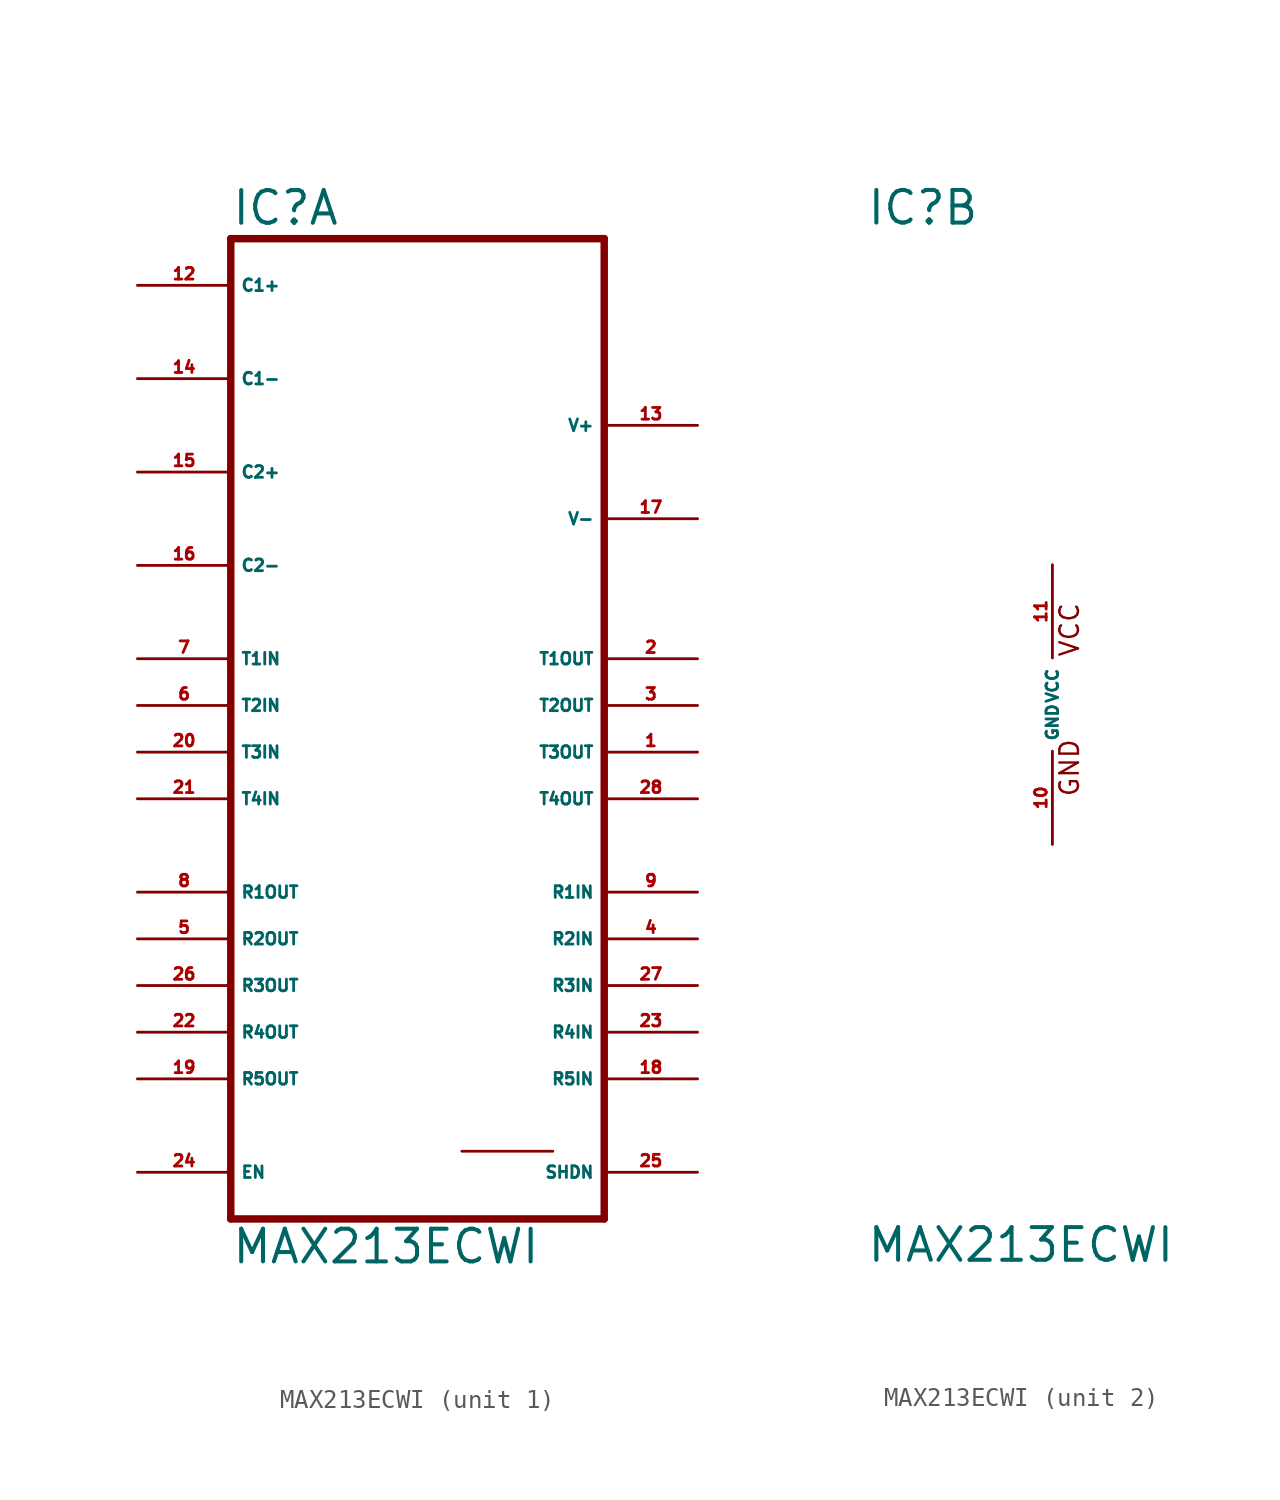
<source format=kicad_sym>
(kicad_symbol_lib
  (version 20220914)
  (generator Eagle2Kicad)
  (symbol "MAX213ECWI"
    (property "Reference" "IC"
      (at -10.16 26.035 0)
      (effects (font (size 1.778 1.778) (thickness 0.22)) (justify left bottom)))
    (property "Value" "MAX213ECWI"
      (at -10.16 -30.48 0)
      (effects (font (size 1.778 1.778) (thickness 0.22)) (justify left bottom)))
    (symbol "MAX213ECWI_1_0"
      (polyline (pts (xy -10.16 25.4) (xy 10.16 25.4)) (stroke (width 0.406) (type default)) (fill (type none)))
      (polyline (pts (xy 10.16 -27.94) (xy 10.16 25.4)) (stroke (width 0.406) (type default)) (fill (type none)))
      (polyline (pts (xy 10.16 -27.94) (xy -10.16 -27.94)) (stroke (width 0.406) (type default)) (fill (type none)))
      (polyline (pts (xy -10.16 25.4) (xy -10.16 -27.94)) (stroke (width 0.406) (type default)) (fill (type none)))
      (polyline (pts (xy 2.413 -24.257) (xy 7.366 -24.257)) (stroke (width 0.152) (type default)) (fill (type none)))
      (pin output line (at -15.24 -17.78 0) (length 5.08) (name "R4OUT" (effects (font (size 0.635 0.635) (thickness 0.08)) (justify left bottom))) (number "22" (effects (font (size 0.635 0.635) (thickness 0.08)) (justify left bottom))))
      (pin passive line (at -15.24 17.78 0) (length 5.08) (name "C1-" (effects (font (size 0.635 0.635) (thickness 0.08)) (justify left bottom))) (number "14" (effects (font (size 0.635 0.635) (thickness 0.08)) (justify left bottom))))
      (pin output line (at -15.24 -10.16 0) (length 5.08) (name "R1OUT" (effects (font (size 0.635 0.635) (thickness 0.08)) (justify left bottom))) (number "8" (effects (font (size 0.635 0.635) (thickness 0.08)) (justify left bottom))))
      (pin output line (at -15.24 -12.7 0) (length 5.08) (name "R2OUT" (effects (font (size 0.635 0.635) (thickness 0.08)) (justify left bottom))) (number "5" (effects (font (size 0.635 0.635) (thickness 0.08)) (justify left bottom))))
      (pin input line (at -15.24 2.54 0) (length 5.08) (name "T1IN" (effects (font (size 0.635 0.635) (thickness 0.08)) (justify left bottom))) (number "7" (effects (font (size 0.635 0.635) (thickness 0.08)) (justify left bottom))))
      (pin input line (at -15.24 0 0) (length 5.08) (name "T2IN" (effects (font (size 0.635 0.635) (thickness 0.08)) (justify left bottom))) (number "6" (effects (font (size 0.635 0.635) (thickness 0.08)) (justify left bottom))))
      (pin input line (at -15.24 -2.54 0) (length 5.08) (name "T3IN" (effects (font (size 0.635 0.635) (thickness 0.08)) (justify left bottom))) (number "20" (effects (font (size 0.635 0.635) (thickness 0.08)) (justify left bottom))))
      (pin output line (at -15.24 -20.32 0) (length 5.08) (name "R5OUT" (effects (font (size 0.635 0.635) (thickness 0.08)) (justify left bottom))) (number "19" (effects (font (size 0.635 0.635) (thickness 0.08)) (justify left bottom))))
      (pin input line (at 15.24 -15.24 180) (length 5.08) (name "R3IN" (effects (font (size 0.635 0.635) (thickness 0.08)) (justify left bottom))) (number "27" (effects (font (size 0.635 0.635) (thickness 0.08)) (justify left bottom))))
      (pin output line (at 15.24 2.54 180) (length 5.08) (name "T1OUT" (effects (font (size 0.635 0.635) (thickness 0.08)) (justify left bottom))) (number "2" (effects (font (size 0.635 0.635) (thickness 0.08)) (justify left bottom))))
      (pin output line (at 15.24 0 180) (length 5.08) (name "T2OUT" (effects (font (size 0.635 0.635) (thickness 0.08)) (justify left bottom))) (number "3" (effects (font (size 0.635 0.635) (thickness 0.08)) (justify left bottom))))
      (pin output line (at 15.24 -2.54 180) (length 5.08) (name "T3OUT" (effects (font (size 0.635 0.635) (thickness 0.08)) (justify left bottom))) (number "1" (effects (font (size 0.635 0.635) (thickness 0.08)) (justify left bottom))))
      (pin input line (at 15.24 -20.32 180) (length 5.08) (name "R5IN" (effects (font (size 0.635 0.635) (thickness 0.08)) (justify left bottom))) (number "18" (effects (font (size 0.635 0.635) (thickness 0.08)) (justify left bottom))))
      (pin passive line (at -15.24 22.86 0) (length 5.08) (name "C1+" (effects (font (size 0.635 0.635) (thickness 0.08)) (justify left bottom))) (number "12" (effects (font (size 0.635 0.635) (thickness 0.08)) (justify left bottom))))
      (pin output line (at -15.24 -15.24 0) (length 5.08) (name "R3OUT" (effects (font (size 0.635 0.635) (thickness 0.08)) (justify left bottom))) (number "26" (effects (font (size 0.635 0.635) (thickness 0.08)) (justify left bottom))))
      (pin input line (at 15.24 -12.7 180) (length 5.08) (name "R2IN" (effects (font (size 0.635 0.635) (thickness 0.08)) (justify left bottom))) (number "4" (effects (font (size 0.635 0.635) (thickness 0.08)) (justify left bottom))))
      (pin input line (at 15.24 -10.16 180) (length 5.08) (name "R1IN" (effects (font (size 0.635 0.635) (thickness 0.08)) (justify left bottom))) (number "9" (effects (font (size 0.635 0.635) (thickness 0.08)) (justify left bottom))))
      (pin input line (at 15.24 -17.78 180) (length 5.08) (name "R4IN" (effects (font (size 0.635 0.635) (thickness 0.08)) (justify left bottom))) (number "23" (effects (font (size 0.635 0.635) (thickness 0.08)) (justify left bottom))))
      (pin passive line (at 15.24 10.16 180) (length 5.08) (name "V-" (effects (font (size 0.635 0.635) (thickness 0.08)) (justify left bottom))) (number "17" (effects (font (size 0.635 0.635) (thickness 0.08)) (justify left bottom))))
      (pin input line (at -15.24 -25.4 0) (length 5.08) (name "EN" (effects (font (size 0.635 0.635) (thickness 0.08)) (justify left bottom))) (number "24" (effects (font (size 0.635 0.635) (thickness 0.08)) (justify left bottom))))
      (pin input line (at 15.24 -25.4 180) (length 5.08) (name "SHDN" (effects (font (size 0.635 0.635) (thickness 0.08)) (justify left bottom))) (number "25" (effects (font (size 0.635 0.635) (thickness 0.08)) (justify left bottom))))
      (pin passive line (at 15.24 15.24 180) (length 5.08) (name "V+" (effects (font (size 0.635 0.635) (thickness 0.08)) (justify left bottom))) (number "13" (effects (font (size 0.635 0.635) (thickness 0.08)) (justify left bottom))))
      (pin input line (at -15.24 -5.08 0) (length 5.08) (name "T4IN" (effects (font (size 0.635 0.635) (thickness 0.08)) (justify left bottom))) (number "21" (effects (font (size 0.635 0.635) (thickness 0.08)) (justify left bottom))))
      (pin output line (at 15.24 -5.08 180) (length 5.08) (name "T4OUT" (effects (font (size 0.635 0.635) (thickness 0.08)) (justify left bottom))) (number "28" (effects (font (size 0.635 0.635) (thickness 0.08)) (justify left bottom))))
      (pin passive line (at -15.24 12.7 0) (length 5.08) (name "C2+" (effects (font (size 0.635 0.635) (thickness 0.08)) (justify left bottom))) (number "15" (effects (font (size 0.635 0.635) (thickness 0.08)) (justify left bottom))))
      (pin passive line (at -15.24 7.62 0) (length 5.08) (name "C2-" (effects (font (size 0.635 0.635) (thickness 0.08)) (justify left bottom))) (number "16" (effects (font (size 0.635 0.635) (thickness 0.08)) (justify left bottom)))))
    (symbol "MAX213ECWI_2_0"
      (text "GND" (at 1.524 -5.08 900) (effects (font (size 1.016 1.016) (thickness 0.13)) (justify left bottom)))
      (text "VCC" (at 1.524 2.54 900) (effects (font (size 1.016 1.016) (thickness 0.13)) (justify left bottom)))
      (pin unspecified line (at 0 7.62 270) (length 5.08) (name "VCC" (effects (font (size 0.635 0.635) (thickness 0.08)) (justify left bottom))) (number "11" (effects (font (size 0.635 0.635) (thickness 0.08)) (justify left bottom))))
      (pin unspecified line (at 0 -7.62 90) (length 5.08) (name "GND" (effects (font (size 0.635 0.635) (thickness 0.08)) (justify left bottom))) (number "10" (effects (font (size 0.635 0.635) (thickness 0.08)) (justify left bottom)))))))
</source>
